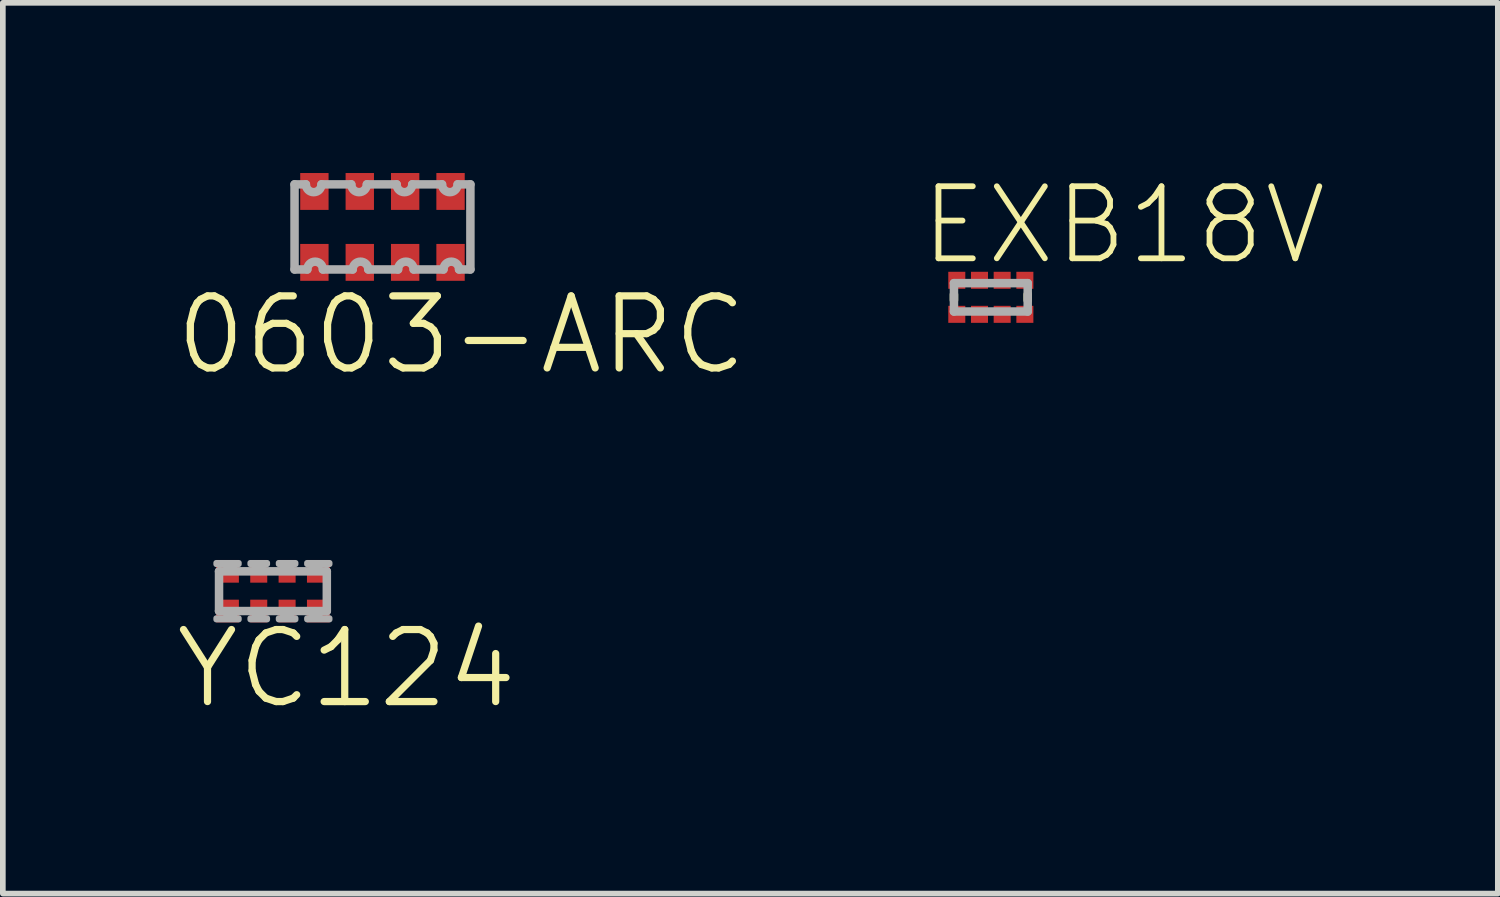
<source format=kicad_pcb>
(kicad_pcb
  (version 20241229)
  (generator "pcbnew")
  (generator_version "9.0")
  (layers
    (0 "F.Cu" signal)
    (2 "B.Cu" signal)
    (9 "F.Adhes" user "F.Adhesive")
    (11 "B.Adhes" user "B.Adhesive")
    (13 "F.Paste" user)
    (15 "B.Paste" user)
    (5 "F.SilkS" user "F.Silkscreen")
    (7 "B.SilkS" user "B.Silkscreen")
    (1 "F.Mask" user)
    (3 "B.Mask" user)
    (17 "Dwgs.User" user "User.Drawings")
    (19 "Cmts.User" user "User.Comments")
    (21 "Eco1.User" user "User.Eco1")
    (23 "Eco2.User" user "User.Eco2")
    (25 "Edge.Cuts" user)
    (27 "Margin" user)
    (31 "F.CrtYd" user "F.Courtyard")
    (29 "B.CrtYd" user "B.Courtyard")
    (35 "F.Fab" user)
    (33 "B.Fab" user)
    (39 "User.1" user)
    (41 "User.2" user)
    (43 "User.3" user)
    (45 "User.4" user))
  (footprint "0603-ARC"
    (layer "F.Cu")
    (at 3.692 0.95)
    (property "Reference" "0603-ARC" (at 1.391 1.905 0) (layer "F.SilkS") (effects (font (size 1.27 1.27) (thickness 0.127))))
    (attr through_hole)
    (fp_line (start -1.55 -0.75) (end -1.35 -0.75) (stroke (width 0.15) (type solid)) (layer "F.Fab"))
    (fp_line (start -1.55 0.75) (end -1.55 -0.75) (stroke (width 0.15) (type solid)) (layer "F.Fab"))
    (fp_line (start -1.325 0.75) (end -1.55 0.75) (stroke (width 0.15) (type solid)) (layer "F.Fab"))
    (fp_line (start -1.075 -0.75) (end -0.55 -0.75) (stroke (width 0.15) (type solid)) (layer "F.Fab"))
    (fp_line (start -0.525 0.75) (end -1.05 0.75) (stroke (width 0.15) (type solid)) (layer "F.Fab"))
    (fp_line (start -0.275 -0.75) (end 0.25 -0.75) (stroke (width 0.15) (type solid)) (layer "F.Fab"))
    (fp_line (start 0.275 0.75) (end -0.25 0.75) (stroke (width 0.15) (type solid)) (layer "F.Fab"))
    (fp_line (start 0.525 -0.75) (end 1.05 -0.75) (stroke (width 0.15) (type solid)) (layer "F.Fab"))
    (fp_line (start 1.075 0.75) (end 0.55 0.75) (stroke (width 0.15) (type solid)) (layer "F.Fab"))
    (fp_line (start 1.325 -0.75) (end 1.55 -0.75) (stroke (width 0.15) (type solid)) (layer "F.Fab"))
    (fp_line (start 1.55 -0.75) (end 1.55 0.75) (stroke (width 0.15) (type solid)) (layer "F.Fab"))
    (fp_line (start 1.55 0.75) (end 1.35 0.75) (stroke (width 0.15) (type solid)) (layer "F.Fab"))
    (fp_arc (start -1.325 0.75) (mid -1.1875 0.6125) (end -1.05 0.75) (stroke (width 0.15) (type solid)) (layer "F.Fab"))
    (fp_arc (start -1.075 -0.75) (mid -1.2125 -0.6125) (end -1.35 -0.75) (stroke (width 0.15) (type solid)) (layer "F.Fab"))
    (fp_arc (start -0.525 0.75) (mid -0.3875 0.6125) (end -0.25 0.75) (stroke (width 0.15) (type solid)) (layer "F.Fab"))
    (fp_arc (start -0.275 -0.75) (mid -0.4125 -0.6125) (end -0.55 -0.75) (stroke (width 0.15) (type solid)) (layer "F.Fab"))
    (fp_arc (start 0.275 0.75) (mid 0.4125 0.6125) (end 0.55 0.75) (stroke (width 0.15) (type solid)) (layer "F.Fab"))
    (fp_arc (start 0.525 -0.75) (mid 0.3875 -0.6125) (end 0.25 -0.75) (stroke (width 0.15) (type solid)) (layer "F.Fab"))
    (fp_arc (start 1.075 0.75) (mid 1.2125 0.6125) (end 1.35 0.75) (stroke (width 0.15) (type solid)) (layer "F.Fab"))
    (fp_arc (start 1.325 -0.75) (mid 1.1875 -0.6125) (end 1.05 -0.75) (stroke (width 0.15) (type solid)) (layer "F.Fab"))
    (pad "1" smd rect (at -1.2 0.625) (size 0.5 0.65) (layers "F.Cu" "F.Mask" "F.Paste"))
    (pad "2" smd rect (at -0.4 0.625) (size 0.5 0.65) (layers "F.Cu" "F.Mask" "F.Paste"))
    (pad "3" smd rect (at 0.4 0.625) (size 0.5 0.65) (layers "F.Cu" "F.Mask" "F.Paste"))
    (pad "4" smd rect (at 1.2 0.625) (size 0.5 0.65) (layers "F.Cu" "F.Mask" "F.Paste"))
    (pad "5" smd rect (at 1.2 -0.625) (size 0.5 0.65) (layers "F.Cu" "F.Mask" "F.Paste"))
    (pad "6" smd rect (at 0.4 -0.625) (size 0.5 0.65) (layers "F.Cu" "F.Mask" "F.Paste"))
    (pad "7" smd rect (at -0.4 -0.625) (size 0.5 0.65) (layers "F.Cu" "F.Mask" "F.Paste"))
    (pad "8" smd rect (at -1.2 -0.625) (size 0.5 0.65) (layers "F.Cu" "F.Mask" "F.Paste")))
  (footprint "EXB18V"
    (layer "F.Cu")
    (at 14.416 2.191)
    (property "Reference" "EXB18V" (at 2.343 -1.27 0) (layer "F.SilkS") (effects (font (size 1.27 1.27) (thickness 0.102))))
    (attr through_hole)
    (fp_line (start -0.65 0.05) (end -0.65 -0.05) (stroke (width 0.15) (type solid)) (layer "F.SilkS"))
    (fp_line (start 0.65 -0.05) (end 0.65 0.05) (stroke (width 0.15) (type solid)) (layer "F.SilkS"))
    (fp_line (start -0.65 -0.25) (end 0.65 -0.25) (stroke (width 0.15) (type solid)) (layer "F.Fab"))
    (fp_line (start -0.65 0.25) (end -0.65 -0.25) (stroke (width 0.15) (type solid)) (layer "F.Fab"))
    (fp_line (start 0.65 -0.25) (end 0.65 0.25) (stroke (width 0.15) (type solid)) (layer "F.Fab"))
    (fp_line (start 0.65 0.25) (end -0.65 0.25) (stroke (width 0.15) (type solid)) (layer "F.Fab"))
    (pad "1" smd rect (at -0.6 0.3) (size 0.3 0.3) (layers "F.Cu" "F.Mask" "F.Paste"))
    (pad "2" smd rect (at -0.2 0.3) (size 0.3 0.3) (layers "F.Cu" "F.Mask" "F.Paste"))
    (pad "3" smd rect (at 0.2 0.3) (size 0.3 0.3) (layers "F.Cu" "F.Mask" "F.Paste"))
    (pad "4" smd rect (at 0.6 0.3) (size 0.3 0.3) (layers "F.Cu" "F.Mask" "F.Paste"))
    (pad "5" smd rect (at 0.6 -0.3) (size 0.3 0.3) (layers "F.Cu" "F.Mask" "F.Paste"))
    (pad "6" smd rect (at 0.2 -0.3) (size 0.3 0.3) (layers "F.Cu" "F.Mask" "F.Paste"))
    (pad "7" smd rect (at -0.2 -0.3) (size 0.3 0.3) (layers "F.Cu" "F.Mask" "F.Paste"))
    (pad "8" smd rect (at -0.6 -0.3) (size 0.3 0.3) (layers "F.Cu" "F.Mask" "F.Paste")))
  (footprint "YC124"
    (layer "F.Cu")
    (at 1.761 7.371)
    (property "Reference" "YC124" (at 1.296 1.365 0) (layer "F.SilkS") (effects (font (size 1.27 1.27) (thickness 0.127))))
    (attr through_hole)
    (fp_line (start -0.95 -0.35) (end 0.95 -0.35) (stroke (width 0.15) (type solid)) (layer "F.Fab"))
    (fp_line (start -0.95 0.35) (end -0.95 -0.35) (stroke (width 0.15) (type solid)) (layer "F.Fab"))
    (fp_line (start 0.95 -0.35) (end 0.95 0.35) (stroke (width 0.15) (type solid)) (layer "F.Fab"))
    (fp_line (start 0.95 0.35) (end -0.95 0.35) (stroke (width 0.15) (type solid)) (layer "F.Fab"))
    (fp_poly (pts (xy -1 -0.5) (xy -0.6 -0.5) (xy -0.6 -0.475) (xy -1 -0.475)) (stroke (width 0.1) (type solid)) (fill no) (layer "F.Fab"))
    (fp_poly (pts (xy -1 0.475) (xy -0.6 0.475) (xy -0.6 0.5) (xy -1 0.5)) (stroke (width 0.1) (type solid)) (fill no) (layer "F.Fab"))
    (fp_poly (pts (xy -0.825 -0.475) (xy -0.675 -0.475) (xy -0.675 -0.4) (xy -0.825 -0.4)) (stroke (width 0.1) (type solid)) (fill no) (layer "F.Fab"))
    (fp_poly (pts (xy -0.825 0.4) (xy -0.675 0.4) (xy -0.675 0.475) (xy -0.825 0.475)) (stroke (width 0.1) (type solid)) (fill no) (layer "F.Fab"))
    (fp_poly (pts (xy -0.4 -0.5) (xy -0.1 -0.5) (xy -0.1 -0.475) (xy -0.4 -0.475)) (stroke (width 0.1) (type solid)) (fill no) (layer "F.Fab"))
    (fp_poly (pts (xy -0.4 0.475) (xy -0.1 0.475) (xy -0.1 0.5) (xy -0.4 0.5)) (stroke (width 0.1) (type solid)) (fill no) (layer "F.Fab"))
    (fp_poly (pts (xy -0.325 -0.475) (xy -0.175 -0.475) (xy -0.175 -0.4) (xy -0.325 -0.4)) (stroke (width 0.1) (type solid)) (fill no) (layer "F.Fab"))
    (fp_poly (pts (xy -0.325 0.4) (xy -0.175 0.4) (xy -0.175 0.475) (xy -0.325 0.475)) (stroke (width 0.1) (type solid)) (fill no) (layer "F.Fab"))
    (fp_poly (pts (xy 0.1 -0.5) (xy 0.4 -0.5) (xy 0.4 -0.475) (xy 0.1 -0.475)) (stroke (width 0.1) (type solid)) (fill no) (layer "F.Fab"))
    (fp_poly (pts (xy 0.1 0.475) (xy 0.4 0.475) (xy 0.4 0.5) (xy 0.1 0.5)) (stroke (width 0.1) (type solid)) (fill no) (layer "F.Fab"))
    (fp_poly (pts (xy 0.175 -0.475) (xy 0.325 -0.475) (xy 0.325 -0.4) (xy 0.175 -0.4)) (stroke (width 0.1) (type solid)) (fill no) (layer "F.Fab"))
    (fp_poly (pts (xy 0.175 0.4) (xy 0.325 0.4) (xy 0.325 0.475) (xy 0.175 0.475)) (stroke (width 0.1) (type solid)) (fill no) (layer "F.Fab"))
    (fp_poly (pts (xy 0.6 -0.5) (xy 1 -0.5) (xy 1 -0.475) (xy 0.6 -0.475)) (stroke (width 0.1) (type solid)) (fill no) (layer "F.Fab"))
    (fp_poly (pts (xy 0.6 0.475) (xy 1 0.475) (xy 1 0.5) (xy 0.6 0.5)) (stroke (width 0.1) (type solid)) (fill no) (layer "F.Fab"))
    (fp_poly (pts (xy 0.675 -0.475) (xy 0.825 -0.475) (xy 0.825 -0.4) (xy 0.675 -0.4)) (stroke (width 0.1) (type solid)) (fill no) (layer "F.Fab"))
    (fp_poly (pts (xy 0.675 0.4) (xy 0.825 0.4) (xy 0.825 0.475) (xy 0.675 0.475)) (stroke (width 0.1) (type solid)) (fill no) (layer "F.Fab"))
    (pad "1" smd rect (at -0.8 0.35) (size 0.4 0.4) (layers "F.Cu" "F.Mask" "F.Paste"))
    (pad "2" smd rect (at -0.25 0.35) (size 0.3 0.4) (layers "F.Cu" "F.Mask" "F.Paste"))
    (pad "3" smd rect (at 0.25 0.35) (size 0.3 0.4) (layers "F.Cu" "F.Mask" "F.Paste"))
    (pad "4" smd rect (at 0.8 0.35) (size 0.4 0.4) (layers "F.Cu" "F.Mask" "F.Paste"))
    (pad "5" smd rect (at 0.8 -0.35) (size 0.4 0.4) (layers "F.Cu" "F.Mask" "F.Paste"))
    (pad "6" smd rect (at 0.25 -0.35) (size 0.3 0.4) (layers "F.Cu" "F.Mask" "F.Paste"))
    (pad "7" smd rect (at -0.25 -0.35) (size 0.3 0.4) (layers "F.Cu" "F.Mask" "F.Paste"))
    (pad "8" smd rect (at -0.8 -0.35) (size 0.4 0.4) (layers "F.Cu" "F.Mask" "F.Paste")))
  (gr_rect
    (start -3 -3)
    (end 23.353 12.702)
    (stroke (width 0.1) (type default))
    (fill no)
    (layer "Edge.Cuts")))
</source>
